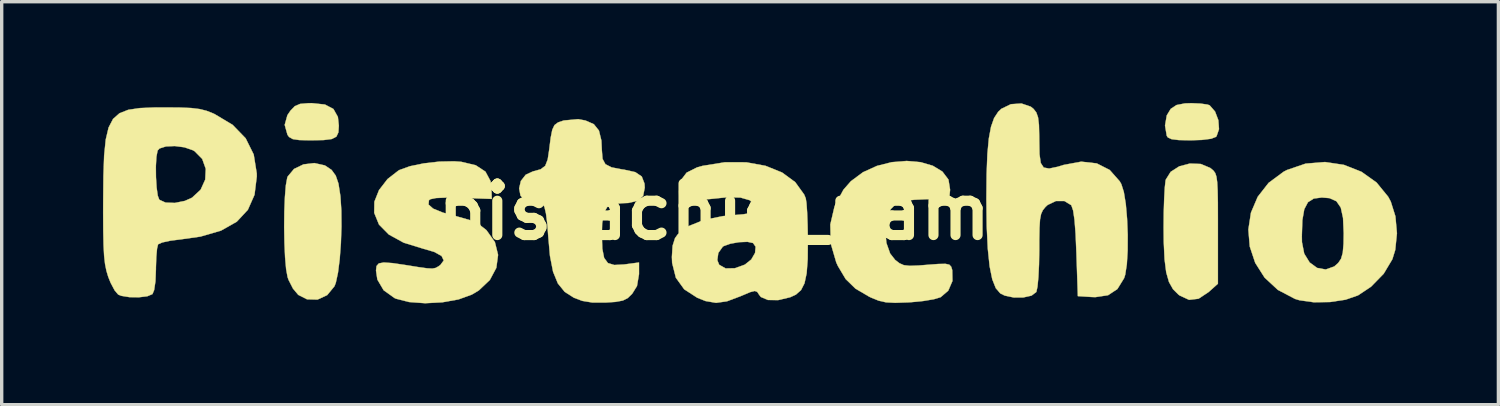
<source format=kicad_pcb>
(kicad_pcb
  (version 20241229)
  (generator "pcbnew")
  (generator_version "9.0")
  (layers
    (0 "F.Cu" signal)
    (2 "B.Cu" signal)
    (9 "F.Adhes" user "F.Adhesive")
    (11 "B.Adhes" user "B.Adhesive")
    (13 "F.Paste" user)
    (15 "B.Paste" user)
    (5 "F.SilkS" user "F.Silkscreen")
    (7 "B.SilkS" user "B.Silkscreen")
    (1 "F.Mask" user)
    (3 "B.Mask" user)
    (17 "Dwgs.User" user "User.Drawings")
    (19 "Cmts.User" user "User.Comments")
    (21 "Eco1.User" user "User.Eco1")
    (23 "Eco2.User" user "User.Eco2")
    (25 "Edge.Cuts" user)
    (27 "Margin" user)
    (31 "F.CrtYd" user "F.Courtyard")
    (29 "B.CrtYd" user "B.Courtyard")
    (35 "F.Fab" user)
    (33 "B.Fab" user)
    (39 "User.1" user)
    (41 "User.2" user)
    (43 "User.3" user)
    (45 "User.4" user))
  (footprint "pistachio_name"
    (layer "F.Cu")
    (at 18.754 3.222)
    (property "Reference" "pistachio_name" (at 0 0 0) (layer "F.SilkS") (effects (font (size 1.524 1.524) (thickness 0.3))))
    (attr through_hole)
    (fp_poly (pts (xy -12.18 -3.176) (xy -11.929 -3.044) (xy -11.797 -2.809) (xy -11.769 -2.549) (xy -11.782 -2.352) (xy -11.841 -2.226) (xy -11.977 -2.155) (xy -12.22 -2.124) (xy -12.6 -2.117) (xy -12.619 -2.117) (xy -12.94 -2.124) (xy -13.134 -2.153) (xy -13.243 -2.215) (xy -13.29 -2.28) (xy -13.372 -2.574) (xy -13.292 -2.861) (xy -13.202 -2.994) (xy -13.072 -3.128) (xy -12.915 -3.195) (xy -12.67 -3.216) (xy -12.567 -3.217) (xy -12.18 -3.176)) (stroke (width 0.01) (type solid)) (fill yes) (layer "F.SilkS"))
    (fp_poly (pts (xy 13.753 -3.204) (xy 13.957 -3.175) (xy 14.021 -3.153) (xy 14.182 -2.968) (xy 14.279 -2.712) (xy 14.298 -2.447) (xy 14.227 -2.241) (xy 14.207 -2.218) (xy 14.065 -2.163) (xy 13.789 -2.128) (xy 13.454 -2.117) (xy 13.106 -2.124) (xy 12.893 -2.151) (xy 12.783 -2.202) (xy 12.751 -2.251) (xy 12.7 -2.555) (xy 12.752 -2.855) (xy 12.869 -3.048) (xy 13.04 -3.161) (xy 13.291 -3.21) (xy 13.483 -3.216) (xy 13.753 -3.204)) (stroke (width 0.01) (type solid)) (fill yes) (layer "F.SilkS"))
    (fp_poly (pts (xy 13.757 -1.416) (xy 14.038 -1.299) (xy 14.066 -1.277) (xy 14.136 -1.217) (xy 14.187 -1.146) (xy 14.222 -1.041) (xy 14.245 -0.877) (xy 14.258 -0.63) (xy 14.265 -0.274) (xy 14.266 0.214) (xy 14.266 0.507) (xy 14.266 2.131) (xy 13.99 2.378) (xy 13.692 2.575) (xy 13.412 2.608) (xy 13.131 2.478) (xy 13.099 2.454) (xy 12.936 2.292) (xy 12.817 2.08) (xy 12.735 1.793) (xy 12.686 1.405) (xy 12.662 0.891) (xy 12.658 0.466) (xy 12.662 0.015) (xy 12.675 -0.393) (xy 12.693 -0.718) (xy 12.716 -0.923) (xy 12.722 -0.951) (xy 12.867 -1.183) (xy 13.122 -1.346) (xy 13.435 -1.428) (xy 13.757 -1.416)) (stroke (width 0.01) (type solid)) (fill yes) (layer "F.SilkS"))
    (fp_poly (pts (xy -12.183 -1.373) (xy -11.984 -1.24) (xy -11.861 -1.071) (xy -11.78 -0.834) (xy -11.725 -0.479) (xy -11.722 -0.459) (xy -11.695 -0.04) (xy -11.691 0.437) (xy -11.708 0.93) (xy -11.743 1.399) (xy -11.794 1.803) (xy -11.858 2.101) (xy -11.898 2.205) (xy -12.114 2.468) (xy -12.4 2.6) (xy -12.711 2.592) (xy -12.97 2.461) (xy -13.126 2.276) (xy -13.259 2.015) (xy -13.287 1.934) (xy -13.33 1.698) (xy -13.361 1.346) (xy -13.38 0.917) (xy -13.388 0.451) (xy -13.383 -0.014) (xy -13.366 -0.439) (xy -13.338 -0.783) (xy -13.297 -1.008) (xy -13.285 -1.042) (xy -13.097 -1.268) (xy -12.815 -1.404) (xy -12.493 -1.442) (xy -12.183 -1.373)) (stroke (width 0.01) (type solid)) (fill yes) (layer "F.SilkS"))
    (fp_poly (pts (xy 5.461 -1.469) (xy 5.823 -1.363) (xy 6.107 -1.19) (xy 6.286 -0.953) (xy 6.334 -0.653) (xy 6.333 -0.64) (xy 6.308 -0.381) (xy 5.627 -0.372) (xy 5.281 -0.356) (xy 4.983 -0.322) (xy 4.787 -0.277) (xy 4.766 -0.267) (xy 4.575 -0.077) (xy 4.457 0.218) (xy 4.414 0.567) (xy 4.448 0.924) (xy 4.559 1.237) (xy 4.707 1.426) (xy 4.836 1.525) (xy 4.964 1.581) (xy 5.138 1.601) (xy 5.404 1.591) (xy 5.644 1.572) (xy 5.987 1.546) (xy 6.198 1.542) (xy 6.312 1.567) (xy 6.367 1.627) (xy 6.398 1.728) (xy 6.404 2.049) (xy 6.28 2.336) (xy 6.054 2.53) (xy 5.858 2.589) (xy 5.55 2.641) (xy 5.189 2.677) (xy 5.087 2.683) (xy 4.708 2.696) (xy 4.438 2.682) (xy 4.22 2.633) (xy 3.996 2.542) (xy 3.937 2.514) (xy 3.533 2.277) (xy 3.242 1.993) (xy 3.012 1.607) (xy 2.963 1.5) (xy 2.801 0.945) (xy 2.787 0.377) (xy 2.914 -0.168) (xy 3.176 -0.654) (xy 3.397 -0.906) (xy 3.756 -1.172) (xy 4.168 -1.359) (xy 4.607 -1.469) (xy 5.047 -1.505) (xy 5.461 -1.469)) (stroke (width 0.01) (type solid)) (fill yes) (layer "F.SilkS"))
    (fp_poly (pts (xy 17.999 -1.389) (xy 18.518 -1.184) (xy 18.965 -0.866) (xy 19.309 -0.445) (xy 19.386 -0.301) (xy 19.523 0.135) (xy 19.568 0.637) (xy 19.518 1.129) (xy 19.433 1.405) (xy 19.176 1.835) (xy 18.8 2.22) (xy 18.415 2.476) (xy 18.045 2.604) (xy 17.586 2.673) (xy 17.108 2.68) (xy 16.681 2.62) (xy 16.549 2.58) (xy 16.042 2.314) (xy 15.649 1.95) (xy 15.371 1.513) (xy 15.21 1.03) (xy 15.183 0.711) (xy 16.752 0.711) (xy 16.755 0.899) (xy 16.822 1.24) (xy 16.983 1.501) (xy 17.205 1.663) (xy 17.459 1.709) (xy 17.711 1.62) (xy 17.83 1.515) (xy 17.914 1.39) (xy 17.964 1.215) (xy 17.987 0.947) (xy 17.992 0.635) (xy 17.972 0.184) (xy 17.905 -0.124) (xy 17.776 -0.312) (xy 17.571 -0.404) (xy 17.345 -0.423) (xy 17.104 -0.392) (xy 16.933 -0.283) (xy 16.824 -0.077) (xy 16.767 0.248) (xy 16.752 0.711) (xy 15.183 0.711) (xy 15.168 0.526) (xy 15.245 0.026) (xy 15.445 -0.443) (xy 15.767 -0.856) (xy 16.214 -1.187) (xy 16.312 -1.238) (xy 16.865 -1.426) (xy 17.438 -1.473) (xy 17.999 -1.389)) (stroke (width 0.01) (type solid)) (fill yes) (layer "F.SilkS"))
    (fp_poly (pts (xy -8.146 -1.48) (xy -7.715 -1.378) (xy -7.427 -1.189) (xy -7.276 -0.908) (xy -7.25 -0.715) (xy -7.239 -0.381) (xy -8.138 -0.412) (xy -8.591 -0.42) (xy -8.892 -0.407) (xy -9.059 -0.372) (xy -9.101 -0.34) (xy -9.112 -0.214) (xy -8.977 -0.094) (xy -8.689 0.024) (xy -8.297 0.13) (xy -7.899 0.243) (xy -7.617 0.373) (xy -7.401 0.542) (xy -7.394 0.549) (xy -7.147 0.897) (xy -7.053 1.277) (xy -7.105 1.661) (xy -7.297 2.02) (xy -7.622 2.328) (xy -7.829 2.452) (xy -8.224 2.595) (xy -8.704 2.681) (xy -9.212 2.708) (xy -9.689 2.673) (xy -10.076 2.574) (xy -10.119 2.555) (xy -10.442 2.324) (xy -10.628 2.007) (xy -10.668 1.739) (xy -10.652 1.606) (xy -10.584 1.529) (xy -10.437 1.502) (xy -10.181 1.52) (xy -9.788 1.578) (xy -9.781 1.579) (xy -9.403 1.64) (xy -9.155 1.674) (xy -8.999 1.682) (xy -8.899 1.662) (xy -8.816 1.615) (xy -8.761 1.575) (xy -8.662 1.441) (xy -8.725 1.31) (xy -8.942 1.189) (xy -9.268 1.094) (xy -9.847 0.916) (xy -10.287 0.675) (xy -10.58 0.378) (xy -10.721 0.032) (xy -10.716 -0.298) (xy -10.579 -0.642) (xy -10.326 -0.97) (xy -10.004 -1.22) (xy -9.969 -1.239) (xy -9.663 -1.349) (xy -9.25 -1.434) (xy -8.794 -1.486) (xy -8.356 -1.495) (xy -8.146 -1.48)) (stroke (width 0.01) (type solid)) (fill yes) (layer "F.SilkS"))
    (fp_poly (pts (xy -4.465 -2.703) (xy -4.217 -2.594) (xy -4.066 -2.406) (xy -3.993 -2.109) (xy -3.979 -1.818) (xy -3.959 -1.568) (xy -3.875 -1.41) (xy -3.694 -1.316) (xy -3.383 -1.255) (xy -3.32 -1.247) (xy -2.989 -1.174) (xy -2.797 -1.044) (xy -2.716 -0.833) (xy -2.709 -0.712) (xy -2.757 -0.471) (xy -2.912 -0.326) (xy -3.196 -0.261) (xy -3.375 -0.254) (xy -3.643 -0.23) (xy -3.82 -0.141) (xy -3.923 0.041) (xy -3.97 0.342) (xy -3.979 0.677) (xy -3.966 1.094) (xy -3.912 1.366) (xy -3.8 1.519) (xy -3.611 1.576) (xy -3.325 1.561) (xy -3.294 1.557) (xy -2.879 1.502) (xy -2.879 1.847) (xy -2.939 2.199) (xy -3.08 2.426) (xy -3.21 2.554) (xy -3.358 2.629) (xy -3.577 2.669) (xy -3.863 2.688) (xy -4.259 2.688) (xy -4.562 2.638) (xy -4.808 2.545) (xy -5.08 2.371) (xy -5.282 2.122) (xy -5.424 1.776) (xy -5.516 1.307) (xy -5.567 0.73) (xy -5.595 0.356) (xy -5.634 0.053) (xy -5.679 -0.14) (xy -5.706 -0.189) (xy -5.856 -0.236) (xy -6.034 -0.253) (xy -6.258 -0.318) (xy -6.389 -0.479) (xy -6.429 -0.693) (xy -6.377 -0.914) (xy -6.234 -1.097) (xy -6.024 -1.194) (xy -5.792 -1.258) (xy -5.656 -1.361) (xy -5.583 -1.549) (xy -5.541 -1.824) (xy -5.495 -2.192) (xy -5.448 -2.428) (xy -5.382 -2.567) (xy -5.279 -2.645) (xy -5.122 -2.699) (xy -5.103 -2.704) (xy -4.679 -2.743) (xy -4.465 -2.703)) (stroke (width 0.01) (type solid)) (fill yes) (layer "F.SilkS"))
    (fp_poly (pts (xy 8.723 -3.113) (xy 8.805 -3.048) (xy 8.888 -2.941) (xy 8.939 -2.796) (xy 8.966 -2.573) (xy 8.974 -2.231) (xy 8.975 -2.114) (xy 8.982 -1.706) (xy 9.019 -1.445) (xy 9.107 -1.31) (xy 9.267 -1.28) (xy 9.521 -1.333) (xy 9.696 -1.387) (xy 10.218 -1.484) (xy 10.677 -1.433) (xy 11.061 -1.238) (xy 11.358 -0.903) (xy 11.406 -0.818) (xy 11.48 -0.585) (xy 11.538 -0.229) (xy 11.576 0.208) (xy 11.595 0.68) (xy 11.593 1.142) (xy 11.569 1.551) (xy 11.521 1.862) (xy 11.489 1.964) (xy 11.29 2.287) (xy 11.013 2.471) (xy 10.635 2.528) (xy 10.527 2.524) (xy 10.118 2.498) (xy 10.075 1.219) (xy 10.051 0.652) (xy 10.019 0.239) (xy 9.979 -0.035) (xy 9.928 -0.184) (xy 9.917 -0.199) (xy 9.718 -0.319) (xy 9.467 -0.319) (xy 9.223 -0.202) (xy 9.159 -0.143) (xy 9.082 -0.048) (xy 9.03 0.064) (xy 8.998 0.228) (xy 8.982 0.475) (xy 8.975 0.839) (xy 8.975 1.133) (xy 8.968 1.557) (xy 8.95 1.93) (xy 8.923 2.214) (xy 8.89 2.37) (xy 8.887 2.376) (xy 8.746 2.483) (xy 8.503 2.537) (xy 8.218 2.538) (xy 7.952 2.482) (xy 7.821 2.417) (xy 7.688 2.263) (xy 7.583 1.999) (xy 7.505 1.614) (xy 7.451 1.095) (xy 7.419 0.432) (xy 7.409 -0.381) (xy 7.416 -1.121) (xy 7.439 -1.712) (xy 7.482 -2.172) (xy 7.547 -2.52) (xy 7.638 -2.777) (xy 7.759 -2.961) (xy 7.852 -3.049) (xy 8.135 -3.186) (xy 8.447 -3.207) (xy 8.723 -3.113)) (stroke (width 0.01) (type solid)) (fill yes) (layer "F.SilkS"))
    (fp_poly (pts (xy -16.481 -3.087) (xy -16.143 -3.073) (xy -15.892 -3.042) (xy -15.688 -2.991) (xy -15.49 -2.913) (xy -15.452 -2.895) (xy -14.915 -2.575) (xy -14.528 -2.175) (xy -14.29 -1.696) (xy -14.2 -1.134) (xy -14.199 -1.047) (xy -14.266 -0.504) (xy -14.463 -0.059) (xy -14.792 0.294) (xy -15.259 0.558) (xy -15.869 0.735) (xy -16.448 0.817) (xy -16.756 0.856) (xy -16.996 0.908) (xy -17.119 0.961) (xy -17.123 0.965) (xy -17.153 1.091) (xy -17.175 1.335) (xy -17.186 1.65) (xy -17.186 1.698) (xy -17.2 2.057) (xy -17.239 2.318) (xy -17.289 2.438) (xy -17.441 2.502) (xy -17.691 2.532) (xy -17.971 2.528) (xy -18.212 2.489) (xy -18.303 2.452) (xy -18.408 2.329) (xy -18.528 2.103) (xy -18.599 1.926) (xy -18.652 1.749) (xy -18.692 1.553) (xy -18.72 1.309) (xy -18.737 0.99) (xy -18.746 0.57) (xy -18.749 0.02) (xy -18.748 -0.296) (xy -18.741 -1.058) (xy -18.731 -1.347) (xy -17.188 -1.347) (xy -17.185 -1.027) (xy -17.166 -0.72) (xy -17.132 -0.478) (xy -17.086 -0.356) (xy -16.9 -0.272) (xy -16.626 -0.262) (xy -16.329 -0.322) (xy -16.117 -0.417) (xy -15.862 -0.654) (xy -15.726 -0.953) (xy -15.71 -1.272) (xy -15.815 -1.566) (xy -16.041 -1.794) (xy -16.094 -1.824) (xy -16.343 -1.91) (xy -16.627 -1.947) (xy -16.89 -1.935) (xy -17.08 -1.875) (xy -17.136 -1.813) (xy -17.172 -1.627) (xy -17.188 -1.347) (xy -18.731 -1.347) (xy -18.72 -1.666) (xy -18.672 -2.14) (xy -18.588 -2.495) (xy -18.456 -2.749) (xy -18.265 -2.918) (xy -18.005 -3.02) (xy -17.663 -3.071) (xy -17.231 -3.089) (xy -16.948 -3.09) (xy -16.481 -3.087)) (stroke (width 0.01) (type solid)) (fill yes) (layer "F.SilkS"))
    (fp_poly (pts (xy 0.297 -1.465) (xy 0.868 -1.361) (xy 1.36 -1.162) (xy 1.749 -0.876) (xy 2.013 -0.51) (xy 2.059 -0.398) (xy 2.081 -0.258) (xy 2.1 0.013) (xy 2.114 0.378) (xy 2.122 0.799) (xy 2.122 0.842) (xy 2.117 1.402) (xy 2.086 1.819) (xy 2.023 2.116) (xy 1.919 2.32) (xy 1.767 2.454) (xy 1.599 2.531) (xy 1.24 2.616) (xy 0.938 2.612) (xy 0.73 2.523) (xy 0.68 2.46) (xy 0.623 2.373) (xy 0.55 2.345) (xy 0.415 2.379) (xy 0.176 2.48) (xy 0.124 2.502) (xy -0.273 2.651) (xy -0.597 2.697) (xy -0.91 2.643) (xy -1.151 2.548) (xy -1.54 2.296) (xy -1.787 1.954) (xy -1.898 1.514) (xy -1.901 1.433) (xy -0.56 1.433) (xy -0.505 1.57) (xy -0.314 1.677) (xy -0.04 1.672) (xy 0.257 1.565) (xy 0.446 1.413) (xy 0.558 1.219) (xy 0.575 1.035) (xy 0.498 0.925) (xy 0.334 0.89) (xy 0.084 0.9) (xy -0.176 0.946) (xy -0.373 1.017) (xy -0.399 1.035) (xy -0.53 1.218) (xy -0.56 1.433) (xy -1.901 1.433) (xy -1.905 1.342) (xy -1.884 1.007) (xy -1.813 0.783) (xy -1.736 0.674) (xy -1.415 0.427) (xy -0.958 0.242) (xy -0.39 0.128) (xy -0.156 0.106) (xy 0.214 0.074) (xy 0.44 0.034) (xy 0.549 -0.027) (xy 0.567 -0.12) (xy 0.544 -0.198) (xy 0.402 -0.342) (xy 0.126 -0.421) (xy -0.258 -0.429) (xy -0.423 -0.414) (xy -0.781 -0.377) (xy -1.15 -0.352) (xy -1.291 -0.347) (xy -1.534 -0.348) (xy -1.652 -0.382) (xy -1.69 -0.481) (xy -1.693 -0.616) (xy -1.64 -0.933) (xy -1.468 -1.16) (xy -1.158 -1.315) (xy -0.996 -1.36) (xy -0.332 -1.467) (xy 0.297 -1.465)) (stroke (width 0.01) (type solid)) (fill yes) (layer "F.SilkS")))
  (gr_rect
    (start -3 -3)
    (end 41.327 8.935)
    (stroke (width 0.1) (type default))
    (fill no)
    (layer "Edge.Cuts")))
</source>
